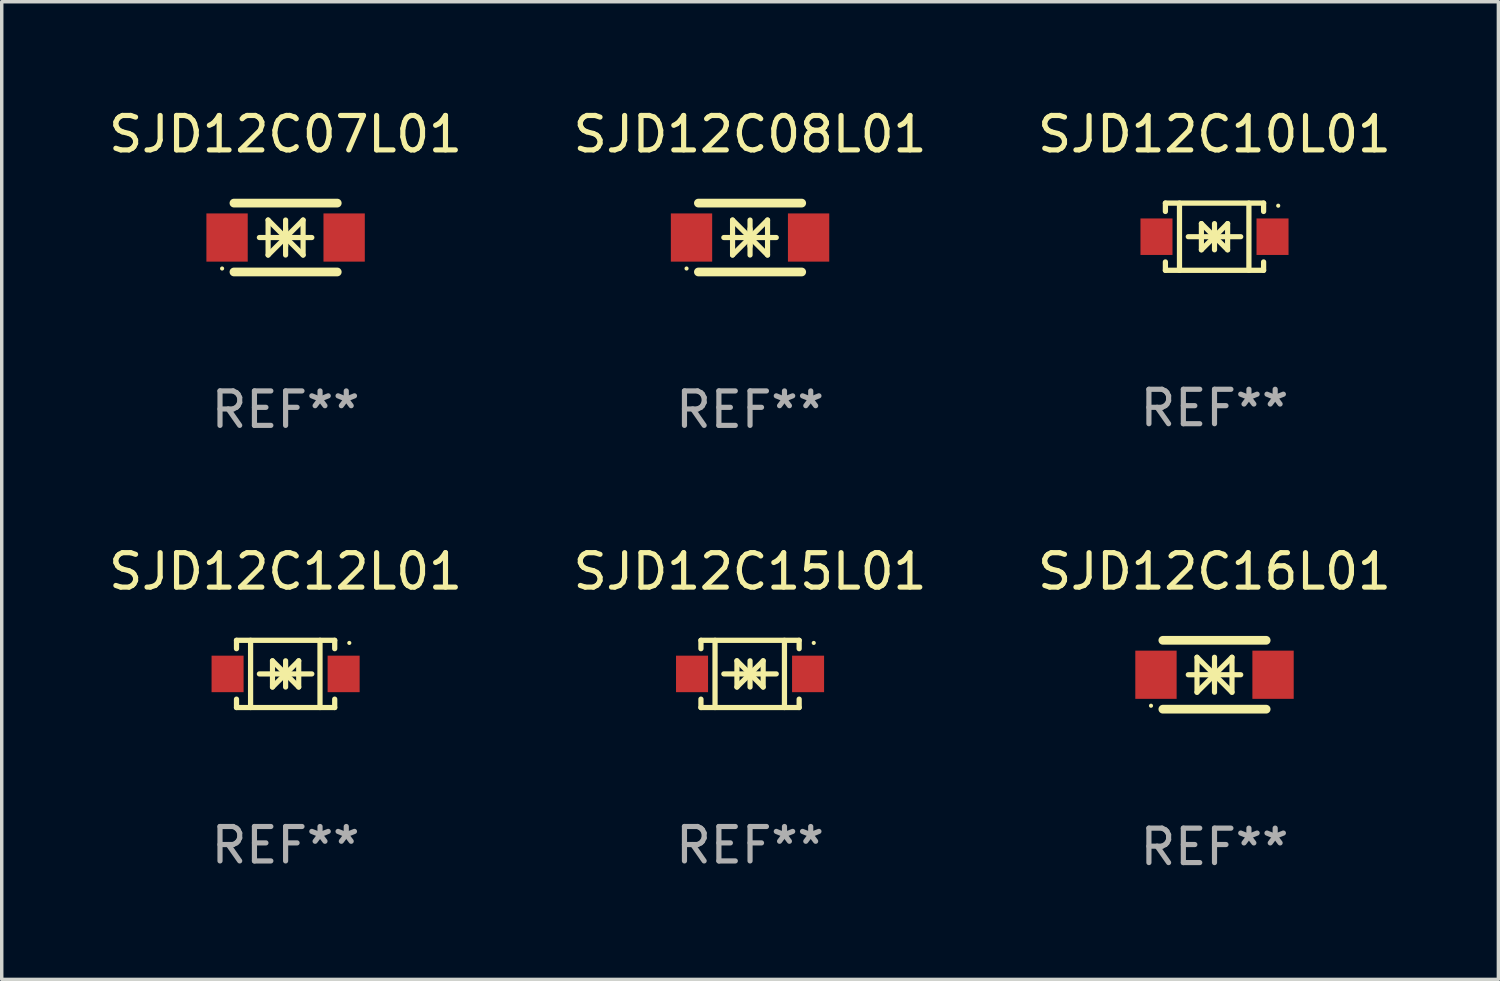
<source format=kicad_pcb>
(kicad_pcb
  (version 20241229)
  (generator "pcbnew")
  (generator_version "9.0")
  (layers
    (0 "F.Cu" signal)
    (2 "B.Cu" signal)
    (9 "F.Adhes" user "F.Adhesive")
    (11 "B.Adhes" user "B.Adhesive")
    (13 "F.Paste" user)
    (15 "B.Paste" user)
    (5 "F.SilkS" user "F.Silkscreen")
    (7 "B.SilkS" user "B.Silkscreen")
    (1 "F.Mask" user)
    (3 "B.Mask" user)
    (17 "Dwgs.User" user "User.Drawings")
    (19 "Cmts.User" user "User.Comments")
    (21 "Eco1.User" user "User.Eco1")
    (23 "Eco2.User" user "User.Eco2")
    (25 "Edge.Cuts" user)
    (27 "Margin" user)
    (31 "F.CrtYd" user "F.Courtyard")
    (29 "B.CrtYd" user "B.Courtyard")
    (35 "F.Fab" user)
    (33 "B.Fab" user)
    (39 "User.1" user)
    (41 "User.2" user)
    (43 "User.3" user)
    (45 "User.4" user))
  (footprint "SJD12C10L01"
    (layer "F.Cu")
    (at 32.22 3.824)
    (property "Reference" "SJD12C10L01" (at 0 -2.976 0) (layer "F.SilkS") (effects (font (size 1 1) (thickness 0.15))))
    (attr through_hole)
    (fp_line (start -1.426 -0.976) (end -1.426 -0.733) (stroke (width 0.152) (type solid)) (layer "F.SilkS"))
    (fp_line (start -1.426 -0.976) (end 1.426 -0.976) (stroke (width 0.152) (type solid)) (layer "F.SilkS"))
    (fp_line (start -1.426 0.976) (end -1.426 0.733) (stroke (width 0.152) (type solid)) (layer "F.SilkS"))
    (fp_line (start -1.426 0.976) (end 1.426 0.976) (stroke (width 0.152) (type solid)) (layer "F.SilkS"))
    (fp_line (start -1.017 -0.976) (end -1.017 0.976) (stroke (width 0.152) (type solid)) (layer "F.SilkS"))
    (fp_line (start -0.762 0) (end 0.762 0) (stroke (width 0.15) (type solid)) (layer "F.SilkS"))
    (fp_line (start -0.381 -0.381) (end 0 0) (stroke (width 0.15) (type solid)) (layer "F.SilkS"))
    (fp_line (start -0.381 0.381) (end -0.381 -0.381) (stroke (width 0.15) (type solid)) (layer "F.SilkS"))
    (fp_line (start 0 -0.381) (end 0 0.381) (stroke (width 0.15) (type solid)) (layer "F.SilkS"))
    (fp_line (start 0 0) (end -0.381 0.381) (stroke (width 0.15) (type solid)) (layer "F.SilkS"))
    (fp_line (start 0 0) (end 0.381 -0.381) (stroke (width 0.15) (type solid)) (layer "F.SilkS"))
    (fp_line (start 0.381 -0.381) (end 0.381 0.381) (stroke (width 0.15) (type solid)) (layer "F.SilkS"))
    (fp_line (start 0.381 0.381) (end 0 0) (stroke (width 0.15) (type solid)) (layer "F.SilkS"))
    (fp_line (start 0.999 -0.976) (end 0.999 0.976) (stroke (width 0.152) (type solid)) (layer "F.SilkS"))
    (fp_line (start 1.426 -0.976) (end 1.426 -0.733) (stroke (width 0.152) (type solid)) (layer "F.SilkS"))
    (fp_line (start 1.426 0.976) (end 1.426 0.733) (stroke (width 0.152) (type solid)) (layer "F.SilkS"))
    (fp_circle (center 1.85 -0.9) (end 1.88 -0.9) (stroke (width 0.06) (type solid)) (fill no) (layer "F.SilkS"))
    (fp_text user "REF**" (at 0 4.976 0) (layer "F.Fab") (effects (font (size 1 1) (thickness 0.15))))
    (pad "1" smd rect (at 1.685 0 180) (size 0.93 1.06) (layers "F.Cu" "F.Mask" "F.Paste"))
    (pad "2" smd rect (at -1.685 0 180) (size 0.93 1.06) (layers "F.Cu" "F.Mask" "F.Paste")))
  (footprint "SJD12C15L01"
    (layer "F.Cu")
    (at 18.732 16.521)
    (property "Reference" "SJD12C15L01" (at 0 -2.976 0) (layer "F.SilkS") (effects (font (size 1 1) (thickness 0.15))))
    (attr through_hole)
    (fp_line (start -1.426 -0.976) (end -1.426 -0.733) (stroke (width 0.152) (type solid)) (layer "F.SilkS"))
    (fp_line (start -1.426 -0.976) (end 1.426 -0.976) (stroke (width 0.152) (type solid)) (layer "F.SilkS"))
    (fp_line (start -1.426 0.976) (end -1.426 0.733) (stroke (width 0.152) (type solid)) (layer "F.SilkS"))
    (fp_line (start -1.426 0.976) (end 1.426 0.976) (stroke (width 0.152) (type solid)) (layer "F.SilkS"))
    (fp_line (start -1.017 -0.976) (end -1.017 0.976) (stroke (width 0.152) (type solid)) (layer "F.SilkS"))
    (fp_line (start -0.762 0) (end 0.762 0) (stroke (width 0.15) (type solid)) (layer "F.SilkS"))
    (fp_line (start -0.381 -0.381) (end 0 0) (stroke (width 0.15) (type solid)) (layer "F.SilkS"))
    (fp_line (start -0.381 0.381) (end -0.381 -0.381) (stroke (width 0.15) (type solid)) (layer "F.SilkS"))
    (fp_line (start 0 -0.381) (end 0 0.381) (stroke (width 0.15) (type solid)) (layer "F.SilkS"))
    (fp_line (start 0 0) (end -0.381 0.381) (stroke (width 0.15) (type solid)) (layer "F.SilkS"))
    (fp_line (start 0 0) (end 0.381 -0.381) (stroke (width 0.15) (type solid)) (layer "F.SilkS"))
    (fp_line (start 0.381 -0.381) (end 0.381 0.381) (stroke (width 0.15) (type solid)) (layer "F.SilkS"))
    (fp_line (start 0.381 0.381) (end 0 0) (stroke (width 0.15) (type solid)) (layer "F.SilkS"))
    (fp_line (start 0.999 -0.976) (end 0.999 0.976) (stroke (width 0.152) (type solid)) (layer "F.SilkS"))
    (fp_line (start 1.426 -0.976) (end 1.426 -0.733) (stroke (width 0.152) (type solid)) (layer "F.SilkS"))
    (fp_line (start 1.426 0.976) (end 1.426 0.733) (stroke (width 0.152) (type solid)) (layer "F.SilkS"))
    (fp_circle (center 1.85 -0.9) (end 1.88 -0.9) (stroke (width 0.06) (type solid)) (fill no) (layer "F.SilkS"))
    (fp_text user "REF**" (at 0 4.976 0) (layer "F.Fab") (effects (font (size 1 1) (thickness 0.15))))
    (pad "1" smd rect (at 1.685 0 180) (size 0.93 1.06) (layers "F.Cu" "F.Mask" "F.Paste"))
    (pad "2" smd rect (at -1.685 0 180) (size 0.93 1.06) (layers "F.Cu" "F.Mask" "F.Paste")))
  (footprint "SJD12C08L01"
    (layer "F.Cu")
    (at 18.732 3.848)
    (property "Reference" "SJD12C08L01" (at 0 -3 0) (layer "F.SilkS") (effects (font (size 1 1) (thickness 0.15))))
    (attr through_hole)
    (fp_line (start -1.5 -1) (end 1.5 -1) (stroke (width 0.254) (type solid)) (layer "F.SilkS"))
    (fp_line (start -1.5 1) (end 1.5 1) (stroke (width 0.254) (type solid)) (layer "F.SilkS"))
    (fp_line (start -0.762 0) (end 0.762 0) (stroke (width 0.15) (type solid)) (layer "F.SilkS"))
    (fp_line (start -0.508 -0.508) (end -0.508 0.508) (stroke (width 0.15) (type solid)) (layer "F.SilkS"))
    (fp_line (start 0 -0.508) (end 0 0.508) (stroke (width 0.15) (type solid)) (layer "F.SilkS"))
    (fp_line (start 0 0) (end -0.508 -0.508) (stroke (width 0.15) (type solid)) (layer "F.SilkS"))
    (fp_line (start 0 0) (end -0.508 0.508) (stroke (width 0.15) (type solid)) (layer "F.SilkS"))
    (fp_line (start 0 0) (end 0.508 -0.508) (stroke (width 0.15) (type solid)) (layer "F.SilkS"))
    (fp_line (start 0 0) (end 0.508 0.508) (stroke (width 0.15) (type solid)) (layer "F.SilkS"))
    (fp_line (start 0 0.254) (end 0 -0.254) (stroke (width 0.15) (type solid)) (layer "F.SilkS"))
    (fp_line (start 0.508 0.508) (end 0.508 -0.508) (stroke (width 0.15) (type solid)) (layer "F.SilkS"))
    (fp_circle (center -1.844 0.9) (end -1.814 0.9) (stroke (width 0.06) (type solid)) (fill no) (layer "F.SilkS"))
    (fp_text user "REF**" (at 0 5 0) (layer "F.Fab") (effects (font (size 1 1) (thickness 0.15))))
    (pad "1" smd rect (at -1.7 0) (size 1.2 1.4) (layers "F.Cu" "F.Mask" "F.Paste"))
    (pad "2" smd rect (at 1.7 0) (size 1.2 1.4) (layers "F.Cu" "F.Mask" "F.Paste")))
  (footprint "SJD12C16L01"
    (layer "F.Cu")
    (at 32.22 16.545)
    (property "Reference" "SJD12C16L01" (at 0 -3 0) (layer "F.SilkS") (effects (font (size 1 1) (thickness 0.15))))
    (attr through_hole)
    (fp_line (start -1.5 -1) (end 1.5 -1) (stroke (width 0.254) (type solid)) (layer "F.SilkS"))
    (fp_line (start -1.5 1) (end 1.5 1) (stroke (width 0.254) (type solid)) (layer "F.SilkS"))
    (fp_line (start -0.762 0) (end 0.762 0) (stroke (width 0.15) (type solid)) (layer "F.SilkS"))
    (fp_line (start -0.508 -0.508) (end -0.508 0.508) (stroke (width 0.15) (type solid)) (layer "F.SilkS"))
    (fp_line (start 0 -0.508) (end 0 0.508) (stroke (width 0.15) (type solid)) (layer "F.SilkS"))
    (fp_line (start 0 0) (end -0.508 -0.508) (stroke (width 0.15) (type solid)) (layer "F.SilkS"))
    (fp_line (start 0 0) (end -0.508 0.508) (stroke (width 0.15) (type solid)) (layer "F.SilkS"))
    (fp_line (start 0 0) (end 0.508 -0.508) (stroke (width 0.15) (type solid)) (layer "F.SilkS"))
    (fp_line (start 0 0) (end 0.508 0.508) (stroke (width 0.15) (type solid)) (layer "F.SilkS"))
    (fp_line (start 0 0.254) (end 0 -0.254) (stroke (width 0.15) (type solid)) (layer "F.SilkS"))
    (fp_line (start 0.508 0.508) (end 0.508 -0.508) (stroke (width 0.15) (type solid)) (layer "F.SilkS"))
    (fp_circle (center -1.844 0.9) (end -1.814 0.9) (stroke (width 0.06) (type solid)) (fill no) (layer "F.SilkS"))
    (fp_text user "REF**" (at 0 5 0) (layer "F.Fab") (effects (font (size 1 1) (thickness 0.15))))
    (pad "1" smd rect (at -1.7 0) (size 1.2 1.4) (layers "F.Cu" "F.Mask" "F.Paste"))
    (pad "2" smd rect (at 1.7 0) (size 1.2 1.4) (layers "F.Cu" "F.Mask" "F.Paste")))
  (footprint "SJD12C07L01"
    (layer "F.Cu")
    (at 5.244 3.848)
    (property "Reference" "SJD12C07L01" (at 0 -3 0) (layer "F.SilkS") (effects (font (size 1 1) (thickness 0.15))))
    (attr through_hole)
    (fp_line (start -1.5 -1) (end 1.5 -1) (stroke (width 0.254) (type solid)) (layer "F.SilkS"))
    (fp_line (start -1.5 1) (end 1.5 1) (stroke (width 0.254) (type solid)) (layer "F.SilkS"))
    (fp_line (start -0.762 0) (end 0.762 0) (stroke (width 0.15) (type solid)) (layer "F.SilkS"))
    (fp_line (start -0.508 -0.508) (end -0.508 0.508) (stroke (width 0.15) (type solid)) (layer "F.SilkS"))
    (fp_line (start 0 -0.508) (end 0 0.508) (stroke (width 0.15) (type solid)) (layer "F.SilkS"))
    (fp_line (start 0 0) (end -0.508 -0.508) (stroke (width 0.15) (type solid)) (layer "F.SilkS"))
    (fp_line (start 0 0) (end -0.508 0.508) (stroke (width 0.15) (type solid)) (layer "F.SilkS"))
    (fp_line (start 0 0) (end 0.508 -0.508) (stroke (width 0.15) (type solid)) (layer "F.SilkS"))
    (fp_line (start 0 0) (end 0.508 0.508) (stroke (width 0.15) (type solid)) (layer "F.SilkS"))
    (fp_line (start 0 0.254) (end 0 -0.254) (stroke (width 0.15) (type solid)) (layer "F.SilkS"))
    (fp_line (start 0.508 0.508) (end 0.508 -0.508) (stroke (width 0.15) (type solid)) (layer "F.SilkS"))
    (fp_circle (center -1.844 0.9) (end -1.814 0.9) (stroke (width 0.06) (type solid)) (fill no) (layer "F.SilkS"))
    (fp_text user "REF**" (at 0 5 0) (layer "F.Fab") (effects (font (size 1 1) (thickness 0.15))))
    (pad "1" smd rect (at -1.7 0) (size 1.2 1.4) (layers "F.Cu" "F.Mask" "F.Paste"))
    (pad "2" smd rect (at 1.7 0) (size 1.2 1.4) (layers "F.Cu" "F.Mask" "F.Paste")))
  (footprint "SJD12C12L01"
    (layer "F.Cu")
    (at 5.244 16.521)
    (property "Reference" "SJD12C12L01" (at 0 -2.976 0) (layer "F.SilkS") (effects (font (size 1 1) (thickness 0.15))))
    (attr through_hole)
    (fp_line (start -1.426 -0.976) (end -1.426 -0.733) (stroke (width 0.152) (type solid)) (layer "F.SilkS"))
    (fp_line (start -1.426 -0.976) (end 1.426 -0.976) (stroke (width 0.152) (type solid)) (layer "F.SilkS"))
    (fp_line (start -1.426 0.976) (end -1.426 0.733) (stroke (width 0.152) (type solid)) (layer "F.SilkS"))
    (fp_line (start -1.426 0.976) (end 1.426 0.976) (stroke (width 0.152) (type solid)) (layer "F.SilkS"))
    (fp_line (start -1.017 -0.976) (end -1.017 0.976) (stroke (width 0.152) (type solid)) (layer "F.SilkS"))
    (fp_line (start -0.762 0) (end 0.762 0) (stroke (width 0.15) (type solid)) (layer "F.SilkS"))
    (fp_line (start -0.381 -0.381) (end 0 0) (stroke (width 0.15) (type solid)) (layer "F.SilkS"))
    (fp_line (start -0.381 0.381) (end -0.381 -0.381) (stroke (width 0.15) (type solid)) (layer "F.SilkS"))
    (fp_line (start 0 -0.381) (end 0 0.381) (stroke (width 0.15) (type solid)) (layer "F.SilkS"))
    (fp_line (start 0 0) (end -0.381 0.381) (stroke (width 0.15) (type solid)) (layer "F.SilkS"))
    (fp_line (start 0 0) (end 0.381 -0.381) (stroke (width 0.15) (type solid)) (layer "F.SilkS"))
    (fp_line (start 0.381 -0.381) (end 0.381 0.381) (stroke (width 0.15) (type solid)) (layer "F.SilkS"))
    (fp_line (start 0.381 0.381) (end 0 0) (stroke (width 0.15) (type solid)) (layer "F.SilkS"))
    (fp_line (start 0.999 -0.976) (end 0.999 0.976) (stroke (width 0.152) (type solid)) (layer "F.SilkS"))
    (fp_line (start 1.426 -0.976) (end 1.426 -0.733) (stroke (width 0.152) (type solid)) (layer "F.SilkS"))
    (fp_line (start 1.426 0.976) (end 1.426 0.733) (stroke (width 0.152) (type solid)) (layer "F.SilkS"))
    (fp_circle (center 1.85 -0.9) (end 1.88 -0.9) (stroke (width 0.06) (type solid)) (fill no) (layer "F.SilkS"))
    (fp_text user "REF**" (at 0 4.976 0) (layer "F.Fab") (effects (font (size 1 1) (thickness 0.15))))
    (pad "1" smd rect (at 1.685 0 180) (size 0.93 1.06) (layers "F.Cu" "F.Mask" "F.Paste"))
    (pad "2" smd rect (at -1.685 0 180) (size 0.93 1.06) (layers "F.Cu" "F.Mask" "F.Paste")))
  (gr_rect
    (start -3 -3)
    (end 40.464 25.393)
    (stroke (width 0.1) (type default))
    (fill no)
    (layer "Edge.Cuts")))
</source>
